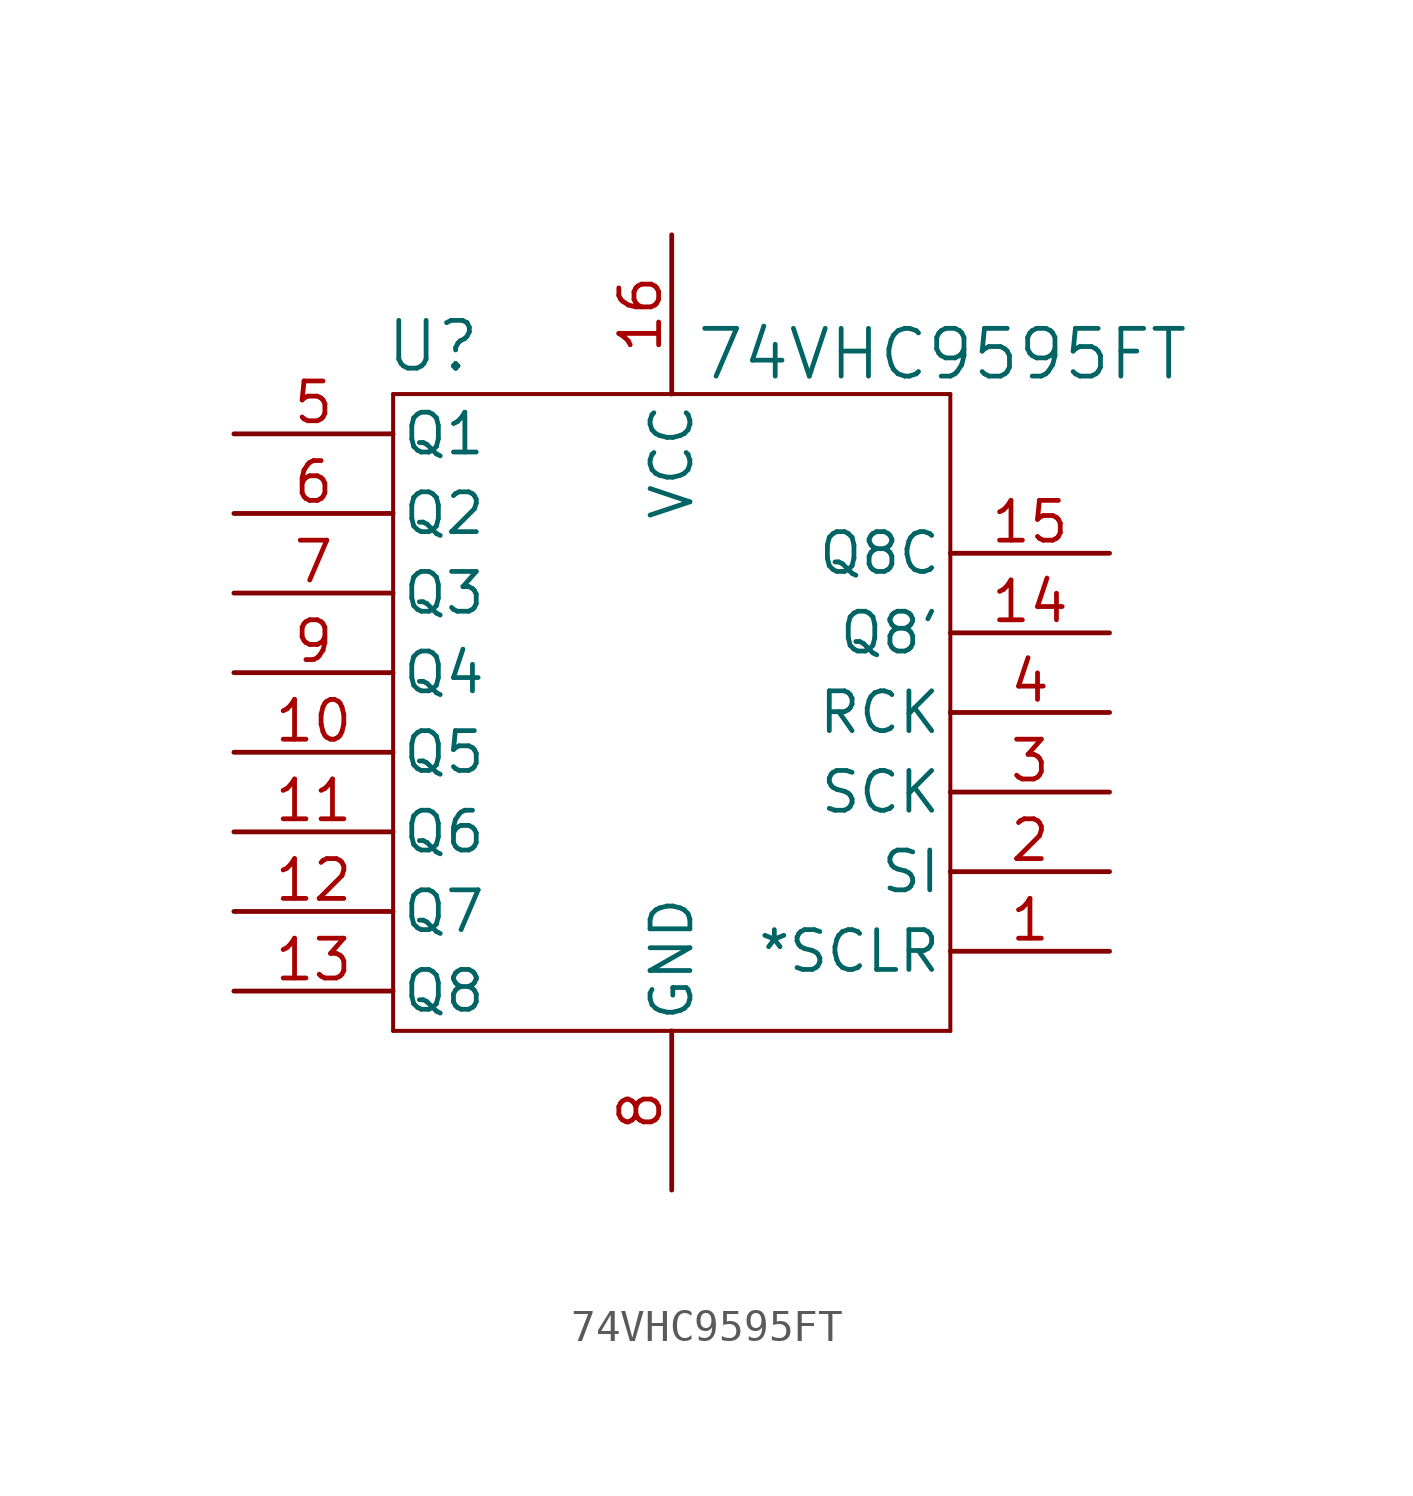
<source format=kicad_sym>
(kicad_symbol_lib
  (version 20241209)
  (generator "kicad_symbol_editor")
  (generator_version "9.0")
  (symbol "74VHC9595FT"
    (pin_names
      (offset 0.254))
    (property "Reference" "U"
      (at 8.89 6.604 0)
      (effects (font (size 1.524 1.524))))
    (property "Value" "74VHC9595FT"
      (at 25.146 6.35 0)
      (effects (font (size 1.524 1.524))))
    (property "ki_locked" ""
      (at 0 0 0)
      (effects (font (size 1.27 1.27))))
    (symbol "74VHC9595FT_0_1"
      (polyline (pts (xy 7.62 5.08) (xy 7.62 -15.24)) (stroke (width 0.127) (type default)) (fill (type none)))
      (polyline (pts (xy 7.62 -15.24) (xy 25.4 -15.24)) (stroke (width 0.127) (type default)) (fill (type none)))
      (polyline (pts (xy 25.4 5.08) (xy 7.62 5.08)) (stroke (width 0.127) (type default)) (fill (type none)))
      (polyline (pts (xy 25.4 -15.24) (xy 25.4 5.08)) (stroke (width 0.127) (type default)) (fill (type none)))
      (pin output line (at 2.54 3.81 0) (length 5.08) (name "Q1" (effects (font (size 1.27 1.27)))) (number "5" (effects (font (size 1.27 1.27)))))
      (pin output line (at 2.54 1.27 0) (length 5.08) (name "Q2" (effects (font (size 1.27 1.27)))) (number "6" (effects (font (size 1.27 1.27)))))
      (pin output line (at 2.54 -1.27 0) (length 5.08) (name "Q3" (effects (font (size 1.27 1.27)))) (number "7" (effects (font (size 1.27 1.27)))))
      (pin output line (at 2.54 -3.81 0) (length 5.08) (name "Q4" (effects (font (size 1.27 1.27)))) (number "9" (effects (font (size 1.27 1.27)))))
      (pin output line (at 2.54 -6.35 0) (length 5.08) (name "Q5" (effects (font (size 1.27 1.27)))) (number "10" (effects (font (size 1.27 1.27)))))
      (pin output line (at 2.54 -8.89 0) (length 5.08) (name "Q6" (effects (font (size 1.27 1.27)))) (number "11" (effects (font (size 1.27 1.27)))))
      (pin output line (at 2.54 -11.43 0) (length 5.08) (name "Q7" (effects (font (size 1.27 1.27)))) (number "12" (effects (font (size 1.27 1.27)))))
      (pin output line (at 2.54 -13.97 0) (length 5.08) (name "Q8" (effects (font (size 1.27 1.27)))) (number "13" (effects (font (size 1.27 1.27)))))
      (pin power_in line (at 16.51 10.16 270) (length 5.08) (name "VCC" (effects (font (size 1.27 1.27)))) (number "16" (effects (font (size 1.27 1.27)))))
      (pin power_out line (at 16.51 -20.32 90) (length 5.08) (name "GND" (effects (font (size 1.27 1.27)))) (number "8" (effects (font (size 1.27 1.27)))))
      (pin output line (at 30.48 0 180) (length 5.08) (name "Q8C" (effects (font (size 1.27 1.27)))) (number "15" (effects (font (size 1.27 1.27)))))
      (pin output line (at 30.48 -2.54 180) (length 5.08) (name "Q8'" (effects (font (size 1.27 1.27)))) (number "14" (effects (font (size 1.27 1.27)))))
      (pin input line (at 30.48 -5.08 180) (length 5.08) (name "RCK" (effects (font (size 1.27 1.27)))) (number "4" (effects (font (size 1.27 1.27)))))
      (pin input line (at 30.48 -7.62 180) (length 5.08) (name "SCK" (effects (font (size 1.27 1.27)))) (number "3" (effects (font (size 1.27 1.27)))))
      (pin input line (at 30.48 -10.16 180) (length 5.08) (name "SI" (effects (font (size 1.27 1.27)))) (number "2" (effects (font (size 1.27 1.27)))))
      (pin input line (at 30.48 -12.7 180) (length 5.08) (name "*SCLR" (effects (font (size 1.27 1.27)))) (number "1" (effects (font (size 1.27 1.27))))))))
</source>
